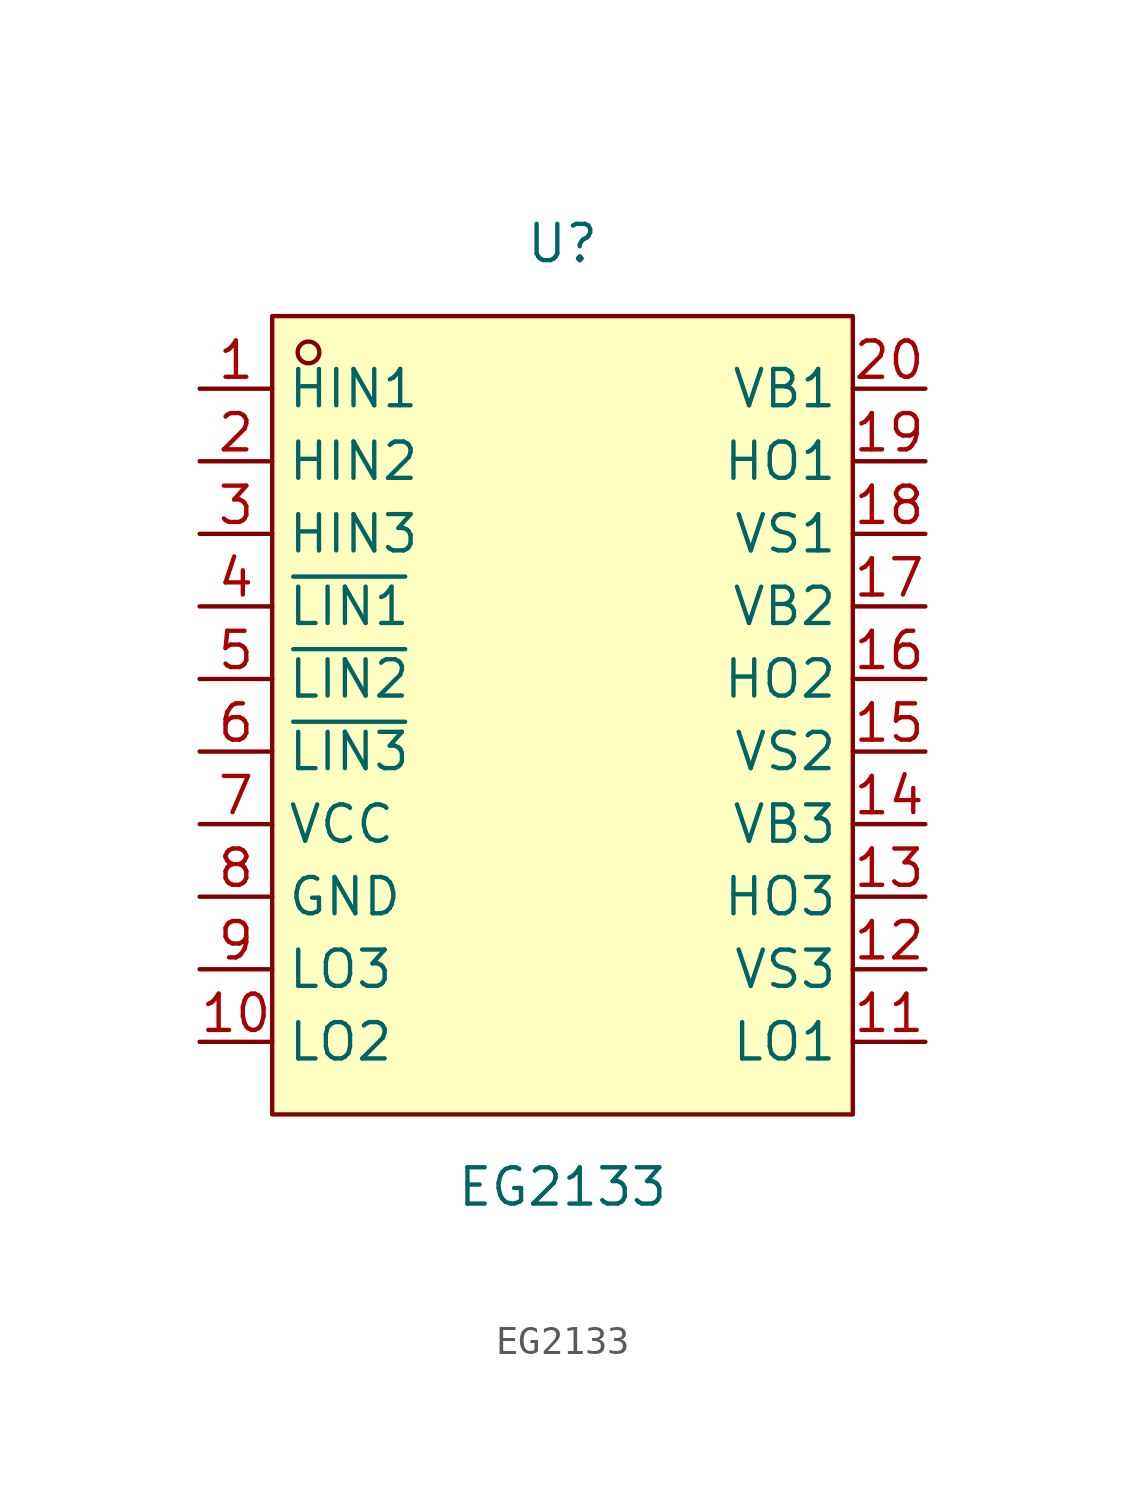
<source format=kicad_sym>
(kicad_symbol_lib
  (version 20211014)
  (generator https://github.com/uPesy/easyeda2kicad.py)
  (symbol "EG2133"
    (property "Reference" "U"
      (at 0 16.51 0)
      (effects (font (size 1.27 1.27))))
    (property "Value" "EG2133"
      (at 0 -16.51 0)
      (effects (font (size 1.27 1.27))))
    (symbol "EG2133_0_1"
      (rectangle (start -10.16 13.97) (end 10.16 -13.97) (stroke (width 0) (type default) (color 0 0 0 0)) (fill (type background)))
      (circle (center -8.89 12.70) (radius 0.38) (stroke (width 0) (type default) (color 0 0 0 0)) (fill (type none)))
      (pin unspecified line (at -12.70 11.43 0) (length 2.54) (name "HIN1" (effects (font (size 1.27 1.27)))) (number "1" (effects (font (size 1.27 1.27)))))
      (pin unspecified line (at -12.70 8.89 0) (length 2.54) (name "HIN2" (effects (font (size 1.27 1.27)))) (number "2" (effects (font (size 1.27 1.27)))))
      (pin unspecified line (at -12.70 6.35 0) (length 2.54) (name "HIN3" (effects (font (size 1.27 1.27)))) (number "3" (effects (font (size 1.27 1.27)))))
      (pin unspecified line (at -12.70 3.81 0) (length 2.54) (name "~{LIN1}" (effects (font (size 1.27 1.27)))) (number "4" (effects (font (size 1.27 1.27)))))
      (pin unspecified line (at -12.70 1.27 0) (length 2.54) (name "~{LIN2}" (effects (font (size 1.27 1.27)))) (number "5" (effects (font (size 1.27 1.27)))))
      (pin unspecified line (at -12.70 -1.27 0) (length 2.54) (name "~{LIN3}" (effects (font (size 1.27 1.27)))) (number "6" (effects (font (size 1.27 1.27)))))
      (pin unspecified line (at -12.70 -3.81 0) (length 2.54) (name "VCC" (effects (font (size 1.27 1.27)))) (number "7" (effects (font (size 1.27 1.27)))))
      (pin unspecified line (at -12.70 -6.35 0) (length 2.54) (name "GND" (effects (font (size 1.27 1.27)))) (number "8" (effects (font (size 1.27 1.27)))))
      (pin unspecified line (at -12.70 -8.89 0) (length 2.54) (name "LO3" (effects (font (size 1.27 1.27)))) (number "9" (effects (font (size 1.27 1.27)))))
      (pin unspecified line (at -12.70 -11.43 0) (length 2.54) (name "LO2" (effects (font (size 1.27 1.27)))) (number "10" (effects (font (size 1.27 1.27)))))
      (pin unspecified line (at 12.70 -11.43 180) (length 2.54) (name "LO1" (effects (font (size 1.27 1.27)))) (number "11" (effects (font (size 1.27 1.27)))))
      (pin unspecified line (at 12.70 -8.89 180) (length 2.54) (name "VS3" (effects (font (size 1.27 1.27)))) (number "12" (effects (font (size 1.27 1.27)))))
      (pin unspecified line (at 12.70 -6.35 180) (length 2.54) (name "HO3" (effects (font (size 1.27 1.27)))) (number "13" (effects (font (size 1.27 1.27)))))
      (pin unspecified line (at 12.70 -3.81 180) (length 2.54) (name "VB3" (effects (font (size 1.27 1.27)))) (number "14" (effects (font (size 1.27 1.27)))))
      (pin unspecified line (at 12.70 -1.27 180) (length 2.54) (name "VS2" (effects (font (size 1.27 1.27)))) (number "15" (effects (font (size 1.27 1.27)))))
      (pin unspecified line (at 12.70 1.27 180) (length 2.54) (name "HO2" (effects (font (size 1.27 1.27)))) (number "16" (effects (font (size 1.27 1.27)))))
      (pin unspecified line (at 12.70 3.81 180) (length 2.54) (name "VB2" (effects (font (size 1.27 1.27)))) (number "17" (effects (font (size 1.27 1.27)))))
      (pin unspecified line (at 12.70 6.35 180) (length 2.54) (name "VS1" (effects (font (size 1.27 1.27)))) (number "18" (effects (font (size 1.27 1.27)))))
      (pin unspecified line (at 12.70 8.89 180) (length 2.54) (name "HO1" (effects (font (size 1.27 1.27)))) (number "19" (effects (font (size 1.27 1.27)))))
      (pin unspecified line (at 12.70 11.43 180) (length 2.54) (name "VB1" (effects (font (size 1.27 1.27)))) (number "20" (effects (font (size 1.27 1.27))))))))
</source>
